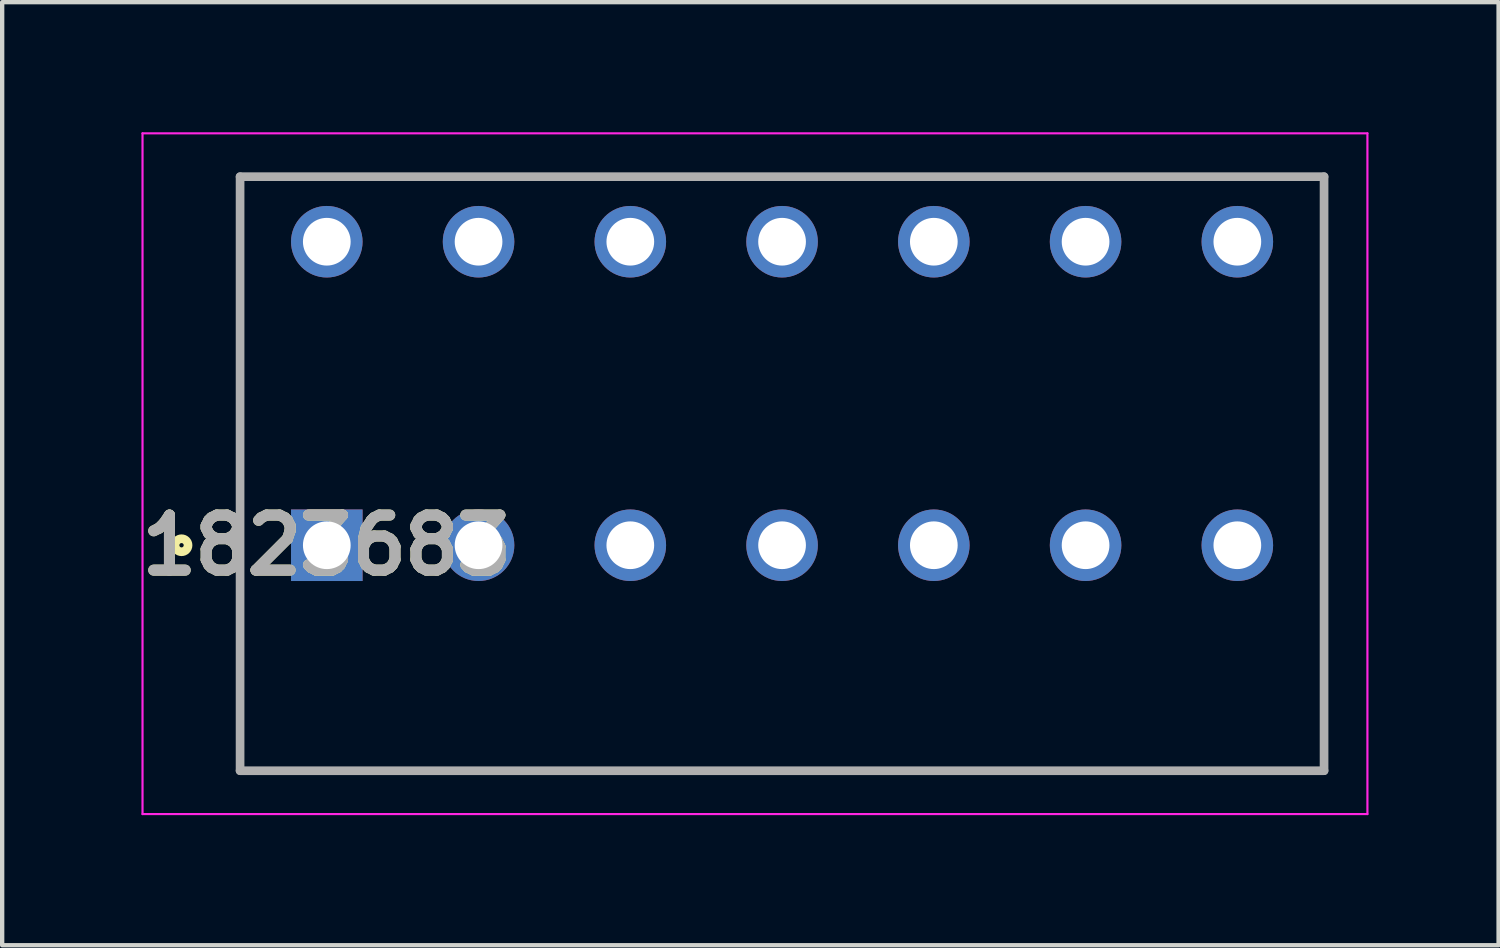
<source format=kicad_pcb>
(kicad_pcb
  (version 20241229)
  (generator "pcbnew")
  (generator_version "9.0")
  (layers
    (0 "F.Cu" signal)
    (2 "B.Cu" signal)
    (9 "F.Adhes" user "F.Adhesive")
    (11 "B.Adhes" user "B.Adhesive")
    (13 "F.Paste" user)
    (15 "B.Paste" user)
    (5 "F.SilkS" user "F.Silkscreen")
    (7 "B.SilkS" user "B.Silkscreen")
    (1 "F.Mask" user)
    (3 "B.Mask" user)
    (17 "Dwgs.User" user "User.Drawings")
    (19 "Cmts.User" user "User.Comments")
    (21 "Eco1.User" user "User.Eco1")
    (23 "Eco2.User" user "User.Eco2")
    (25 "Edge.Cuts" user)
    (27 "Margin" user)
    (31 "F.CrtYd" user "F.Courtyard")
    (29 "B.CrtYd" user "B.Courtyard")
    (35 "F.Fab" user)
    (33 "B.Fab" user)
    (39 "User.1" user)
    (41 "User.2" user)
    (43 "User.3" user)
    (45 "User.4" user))
  (footprint "1823683"
    (layer "F.Cu")
    (at 4.487 9.525)
    (property "Reference" "1823683" (at 0 0 0) (layer "F.SilkS") (effects (font (size 1.27 1.27) (thickness 0.254))))
    (attr through_hole)
    (fp_line (start -2 -8.5) (end 23 -8.5) (stroke (width 0.1) (type solid)) (layer "F.SilkS"))
    (fp_line (start -2 5.2) (end -2 -8.5) (stroke (width 0.1) (type solid)) (layer "F.SilkS"))
    (fp_line (start 23 -8.5) (end 23 5.2) (stroke (width 0.1) (type solid)) (layer "F.SilkS"))
    (fp_line (start 23 5.2) (end -2 5.2) (stroke (width 0.1) (type solid)) (layer "F.SilkS"))
    (fp_circle (center -3.35 0) (end -3.35 0.05) (stroke (width 0.2) (type solid)) (fill no) (layer "F.SilkS"))
    (fp_line (start -4.25 -9.5) (end 24 -9.5) (stroke (width 0.05) (type solid)) (layer "F.CrtYd"))
    (fp_line (start -4.25 6.2) (end -4.25 -9.5) (stroke (width 0.05) (type solid)) (layer "F.CrtYd"))
    (fp_line (start 24 -9.5) (end 24 6.2) (stroke (width 0.05) (type solid)) (layer "F.CrtYd"))
    (fp_line (start 24 6.2) (end -4.25 6.2) (stroke (width 0.05) (type solid)) (layer "F.CrtYd"))
    (fp_line (start -2 -8.5) (end 23 -8.5) (stroke (width 0.2) (type solid)) (layer "F.Fab"))
    (fp_line (start -2 5.2) (end -2 -8.5) (stroke (width 0.2) (type solid)) (layer "F.Fab"))
    (fp_line (start 23 -8.5) (end 23 5.2) (stroke (width 0.2) (type solid)) (layer "F.Fab"))
    (fp_line (start 23 5.2) (end -2 5.2) (stroke (width 0.2) (type solid)) (layer "F.Fab"))
    (fp_text user "${REFERENCE}" (at 0 0 0) (layer "F.Fab") (effects (font (size 1.27 1.27) (thickness 0.254))))
    (pad "1" thru_hole rect (at 0 0) (size 1.65 1.65) (drill 1.1) (layers "*.Cu" "*.Mask"))
    (pad "2" thru_hole circle (at 0 -7) (size 1.65 1.65) (drill 1.1) (layers "*.Cu" "*.Mask"))
    (pad "3" thru_hole circle (at 3.5 0) (size 1.65 1.65) (drill 1.1) (layers "*.Cu" "*.Mask"))
    (pad "4" thru_hole circle (at 3.5 -7) (size 1.65 1.65) (drill 1.1) (layers "*.Cu" "*.Mask"))
    (pad "5" thru_hole circle (at 7 0) (size 1.65 1.65) (drill 1.1) (layers "*.Cu" "*.Mask"))
    (pad "6" thru_hole circle (at 7 -7) (size 1.65 1.65) (drill 1.1) (layers "*.Cu" "*.Mask"))
    (pad "7" thru_hole circle (at 10.5 0) (size 1.65 1.65) (drill 1.1) (layers "*.Cu" "*.Mask"))
    (pad "8" thru_hole circle (at 10.5 -7) (size 1.65 1.65) (drill 1.1) (layers "*.Cu" "*.Mask"))
    (pad "9" thru_hole circle (at 14 0) (size 1.65 1.65) (drill 1.1) (layers "*.Cu" "*.Mask"))
    (pad "10" thru_hole circle (at 14 -7) (size 1.65 1.65) (drill 1.1) (layers "*.Cu" "*.Mask"))
    (pad "11" thru_hole circle (at 17.5 0) (size 1.65 1.65) (drill 1.1) (layers "*.Cu" "*.Mask"))
    (pad "12" thru_hole circle (at 17.5 -7) (size 1.65 1.65) (drill 1.1) (layers "*.Cu" "*.Mask"))
    (pad "13" thru_hole circle (at 21 0) (size 1.65 1.65) (drill 1.1) (layers "*.Cu" "*.Mask"))
    (pad "14" thru_hole circle (at 21 -7) (size 1.65 1.65) (drill 1.1) (layers "*.Cu" "*.Mask")))
  (gr_rect
    (start -3 -3)
    (end 31.512 18.75)
    (stroke (width 0.1) (type default))
    (fill no)
    (layer "Edge.Cuts")))
</source>
